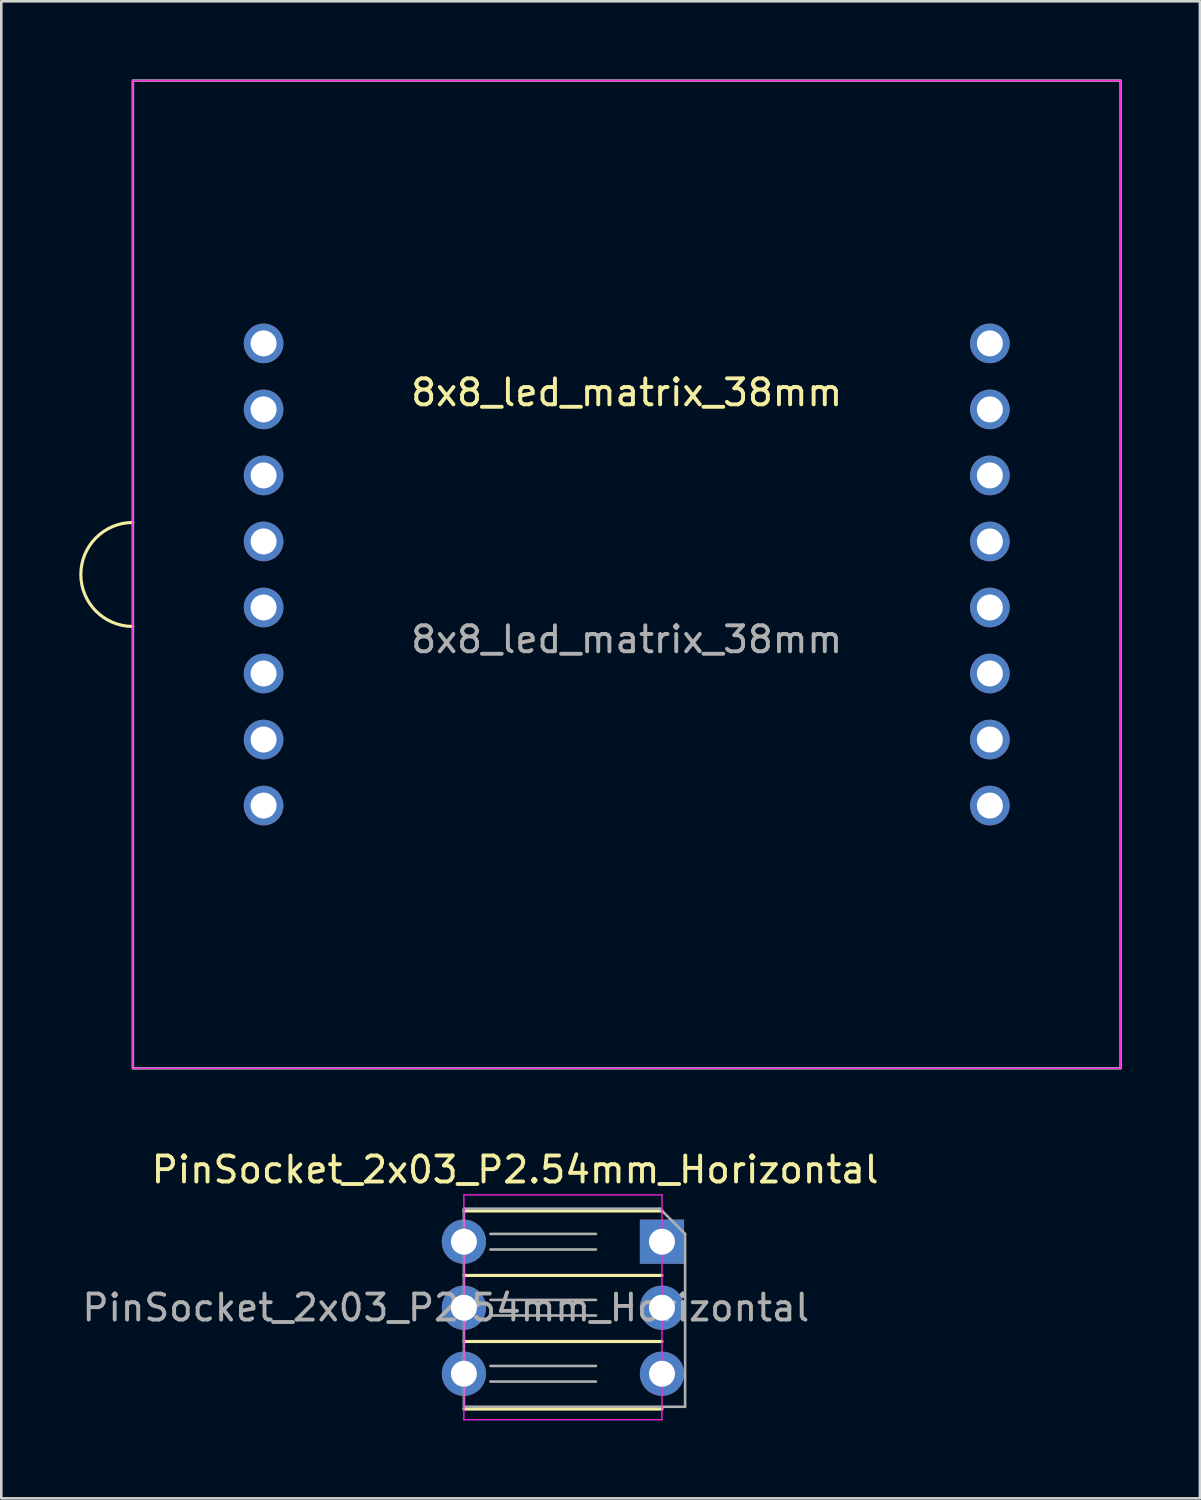
<source format=kicad_pcb>
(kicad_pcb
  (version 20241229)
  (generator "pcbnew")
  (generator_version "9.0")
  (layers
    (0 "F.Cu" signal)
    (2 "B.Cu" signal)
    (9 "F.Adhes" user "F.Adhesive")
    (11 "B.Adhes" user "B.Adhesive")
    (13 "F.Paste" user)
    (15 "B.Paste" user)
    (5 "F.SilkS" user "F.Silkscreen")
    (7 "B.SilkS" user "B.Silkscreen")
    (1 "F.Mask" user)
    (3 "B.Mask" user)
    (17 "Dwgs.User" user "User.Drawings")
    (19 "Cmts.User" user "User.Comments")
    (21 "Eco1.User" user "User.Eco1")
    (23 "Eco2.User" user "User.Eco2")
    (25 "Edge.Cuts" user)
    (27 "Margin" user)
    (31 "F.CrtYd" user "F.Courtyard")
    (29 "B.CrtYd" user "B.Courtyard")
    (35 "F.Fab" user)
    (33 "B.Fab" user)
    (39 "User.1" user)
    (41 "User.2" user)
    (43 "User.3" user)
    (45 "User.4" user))
  (footprint "8x8_led_matrix_38mm"
    (layer "F.Cu")
    (at 21.06 19.05)
    (property "Reference" "8x8_led_matrix_38mm" (at 0 -7 0) (unlocked yes) (layer "F.SilkS") (effects (font (size 1 1) (thickness 0.15))))
    (attr through_hole)
    (fp_arc (start -19 2) (mid -21 0) (end -19 -2) (stroke (width 0.12) (type solid)) (layer "F.SilkS"))
    (fp_rect (start -19 -19) (end 19 19) (stroke (width 0.05) (type solid)) (fill no) (layer "F.CrtYd"))
    (fp_rect (start -19 -19) (end 19 19) (stroke (width 0.1) (type solid)) (fill no) (layer "F.Fab"))
    (fp_text user "${REFERENCE}" (at 0 2.5 0) (unlocked yes) (layer "F.Fab") (effects (font (size 1 1) (thickness 0.15))))
    (pad "1" thru_hole circle (at -13.97 -8.89) (size 1.524 1.524) (drill 1) (layers "*.Cu" "*.Mask"))
    (pad "2" thru_hole circle (at -13.97 -6.35) (size 1.524 1.524) (drill 1) (layers "*.Cu" "*.Mask"))
    (pad "3" thru_hole circle (at -13.97 -3.81) (size 1.524 1.524) (drill 1) (layers "*.Cu" "*.Mask"))
    (pad "4" thru_hole circle (at -13.97 -1.27) (size 1.524 1.524) (drill 1) (layers "*.Cu" "*.Mask"))
    (pad "5" thru_hole circle (at -13.97 1.27) (size 1.524 1.524) (drill 1) (layers "*.Cu" "*.Mask"))
    (pad "6" thru_hole circle (at -13.97 3.81) (size 1.524 1.524) (drill 1) (layers "*.Cu" "*.Mask"))
    (pad "7" thru_hole circle (at -13.97 6.35) (size 1.524 1.524) (drill 1) (layers "*.Cu" "*.Mask"))
    (pad "8" thru_hole circle (at -13.97 8.89) (size 1.524 1.524) (drill 1) (layers "*.Cu" "*.Mask"))
    (pad "9" thru_hole circle (at 13.97 8.89) (size 1.524 1.524) (drill 1) (layers "*.Cu" "*.Mask"))
    (pad "10" thru_hole circle (at 13.97 6.35) (size 1.524 1.524) (drill 1) (layers "*.Cu" "*.Mask"))
    (pad "11" thru_hole circle (at 13.97 3.81) (size 1.524 1.524) (drill 1) (layers "*.Cu" "*.Mask"))
    (pad "12" thru_hole circle (at 13.97 1.27) (size 1.524 1.524) (drill 1) (layers "*.Cu" "*.Mask"))
    (pad "13" thru_hole circle (at 13.97 -1.27) (size 1.524 1.524) (drill 1) (layers "*.Cu" "*.Mask"))
    (pad "14" thru_hole circle (at 13.97 -3.81) (size 1.524 1.524) (drill 1) (layers "*.Cu" "*.Mask"))
    (pad "15" thru_hole circle (at 13.97 -6.35) (size 1.524 1.524) (drill 1) (layers "*.Cu" "*.Mask"))
    (pad "16" thru_hole circle (at 13.97 -8.89) (size 1.524 1.524) (drill 1) (layers "*.Cu" "*.Mask")))
  (footprint "PinSocket_2x03_P2.54mm_Horizontal"
    (layer "F.Cu")
    (at 22.416 44.718)
    (property "Reference" "PinSocket_2x03_P2.54mm_Horizontal" (at -5.65 -2.77 0) (layer "F.SilkS") (effects (font (size 1 1) (thickness 0.15))))
    (attr through_hole)
    (fp_line (start -7.62 -1.181) (end 0 -1.181) (stroke (width 0.12) (type solid)) (layer "F.SilkS"))
    (fp_line (start -7.62 1.299) (end 0 1.299) (stroke (width 0.12) (type solid)) (layer "F.SilkS"))
    (fp_line (start -7.62 3.839) (end 0 3.839) (stroke (width 0.12) (type solid)) (layer "F.SilkS"))
    (fp_line (start -7.62 6.439) (end 0 6.439) (stroke (width 0.12) (type solid)) (layer "F.SilkS"))
    (fp_line (start -7.62 -1.8) (end -7.62 6.85) (stroke (width 0.05) (type solid)) (layer "F.CrtYd"))
    (fp_line (start -7.62 6.85) (end 0 6.85) (stroke (width 0.05) (type solid)) (layer "F.CrtYd"))
    (fp_line (start 0 -1.8) (end -7.62 -1.8) (stroke (width 0.05) (type solid)) (layer "F.CrtYd"))
    (fp_line (start 0 6.85) (end 0 -1.8) (stroke (width 0.05) (type solid)) (layer "F.CrtYd"))
    (fp_line (start -7.62 -1.27) (end -0.08 -1.27) (stroke (width 0.1) (type solid)) (layer "F.Fab"))
    (fp_line (start -7.62 6.35) (end -7.62 -1.27) (stroke (width 0.1) (type solid)) (layer "F.Fab"))
    (fp_line (start -6.6 0.3) (end -2.54 0.3) (stroke (width 0.1) (type solid)) (layer "F.Fab"))
    (fp_line (start -6.6 2.84) (end -2.54 2.84) (stroke (width 0.1) (type solid)) (layer "F.Fab"))
    (fp_line (start -6.6 5.38) (end -2.54 5.38) (stroke (width 0.1) (type solid)) (layer "F.Fab"))
    (fp_line (start -2.54 -0.3) (end -6.6 -0.3) (stroke (width 0.1) (type solid)) (layer "F.Fab"))
    (fp_line (start -2.54 2.24) (end -6.6 2.24) (stroke (width 0.1) (type solid)) (layer "F.Fab"))
    (fp_line (start -2.54 4.78) (end -6.6 4.78) (stroke (width 0.1) (type solid)) (layer "F.Fab"))
    (fp_line (start -0.08 -1.27) (end 0.89 -0.3) (stroke (width 0.1) (type solid)) (layer "F.Fab"))
    (fp_line (start 0 0.3) (end 0 -0.3) (stroke (width 0.1) (type solid)) (layer "F.Fab"))
    (fp_line (start 0 2.84) (end 0 2.24) (stroke (width 0.1) (type solid)) (layer "F.Fab"))
    (fp_line (start 0 5.38) (end 0 4.78) (stroke (width 0.1) (type solid)) (layer "F.Fab"))
    (fp_line (start 0.89 -0.3) (end 0.89 6.35) (stroke (width 0.1) (type solid)) (layer "F.Fab"))
    (fp_line (start 0.89 6.35) (end -7.62 6.35) (stroke (width 0.1) (type solid)) (layer "F.Fab"))
    (fp_text user "${REFERENCE}" (at -8.315 2.54 0) (layer "F.Fab") (effects (font (size 1 1) (thickness 0.15))))
    (pad "1" thru_hole rect (at 0 0) (size 1.7 1.7) (drill 1) (layers "*.Cu" "*.Mask"))
    (pad "2" thru_hole oval (at -7.62 0) (size 1.7 1.7) (drill 1) (layers "*.Cu" "*.Mask"))
    (pad "3" thru_hole oval (at 0 2.54) (size 1.7 1.7) (drill 1) (layers "*.Cu" "*.Mask"))
    (pad "4" thru_hole oval (at -7.62 2.54) (size 1.7 1.7) (drill 1) (layers "*.Cu" "*.Mask"))
    (pad "5" thru_hole oval (at 0 5.08) (size 1.7 1.7) (drill 1) (layers "*.Cu" "*.Mask"))
    (pad "6" thru_hole oval (at -7.62 5.08) (size 1.7 1.7) (drill 1) (layers "*.Cu" "*.Mask")))
  (gr_rect
    (start -3 -3)
    (end 43.11 54.593)
    (stroke (width 0.1) (type default))
    (fill no)
    (layer "Edge.Cuts")))
</source>
